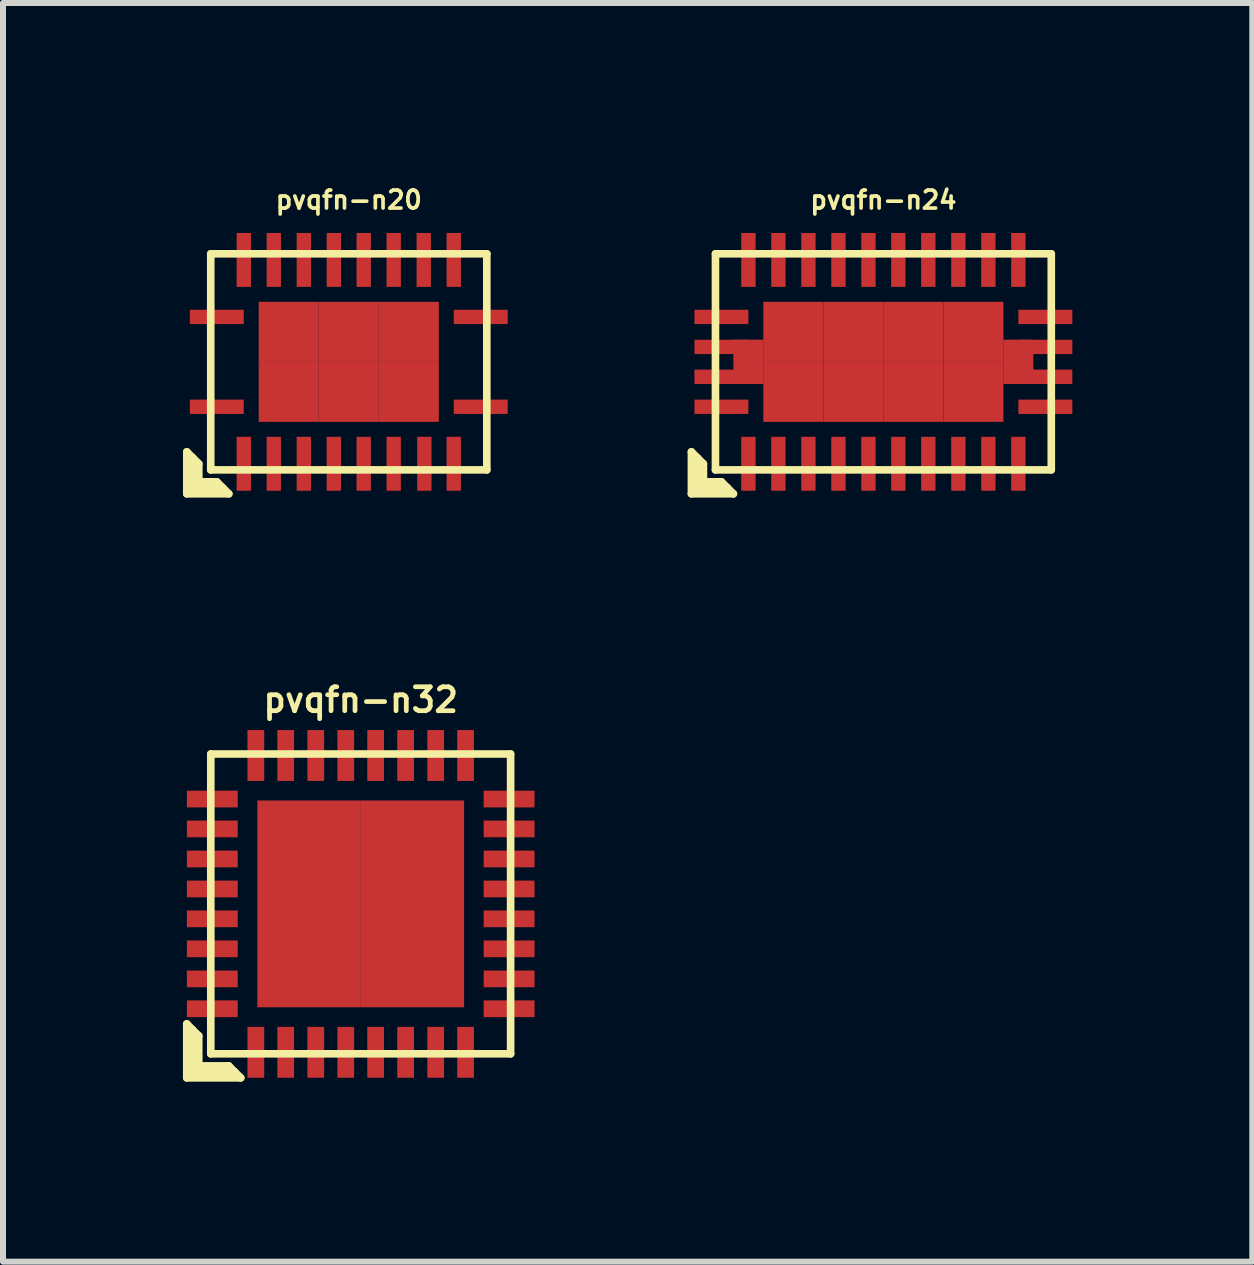
<source format=kicad_pcb>
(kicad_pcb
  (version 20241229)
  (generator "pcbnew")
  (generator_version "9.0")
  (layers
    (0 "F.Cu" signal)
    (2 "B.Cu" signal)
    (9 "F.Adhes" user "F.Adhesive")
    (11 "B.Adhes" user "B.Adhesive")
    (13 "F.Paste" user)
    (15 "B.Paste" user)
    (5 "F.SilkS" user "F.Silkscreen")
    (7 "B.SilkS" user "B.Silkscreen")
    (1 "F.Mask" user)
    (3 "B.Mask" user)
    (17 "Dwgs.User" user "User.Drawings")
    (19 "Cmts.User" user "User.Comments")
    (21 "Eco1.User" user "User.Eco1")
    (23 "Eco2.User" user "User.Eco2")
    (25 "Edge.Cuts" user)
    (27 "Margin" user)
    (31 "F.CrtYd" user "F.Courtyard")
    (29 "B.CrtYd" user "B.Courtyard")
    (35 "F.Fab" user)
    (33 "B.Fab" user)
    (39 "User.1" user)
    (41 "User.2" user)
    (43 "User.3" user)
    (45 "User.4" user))
  (footprint "pvqfn-n24"
    (layer "F.Cu")
    (at 11.676 2.982)
    (property "Reference" "pvqfn-n24" (at 0 -2.7 0) (layer "F.SilkS") (effects (font (size 0.3 0.3) (thickness 0.061))))
    (attr smd)
    (fp_line (start -3.2 1.5) (end -3.2 2.2) (stroke (width 0.127) (type solid)) (layer "F.SilkS"))
    (fp_line (start -3.2 2.2) (end -2.5 2.2) (stroke (width 0.127) (type solid)) (layer "F.SilkS"))
    (fp_line (start -3.1 2.1) (end -3.1 1.6) (stroke (width 0.127) (type solid)) (layer "F.SilkS"))
    (fp_line (start -3 1.7) (end -3.2 1.5) (stroke (width 0.127) (type solid)) (layer "F.SilkS"))
    (fp_line (start -3 2) (end -3 1.7) (stroke (width 0.127) (type solid)) (layer "F.SilkS"))
    (fp_line (start -2.799 -1.801) (end 2.799 -1.801) (stroke (width 0.127) (type solid)) (layer "F.SilkS"))
    (fp_line (start -2.799 1.801) (end -2.799 -1.801) (stroke (width 0.127) (type solid)) (layer "F.SilkS"))
    (fp_line (start -2.7 2) (end -3 2) (stroke (width 0.127) (type solid)) (layer "F.SilkS"))
    (fp_line (start -2.6 2.1) (end -3.1 2.1) (stroke (width 0.127) (type solid)) (layer "F.SilkS"))
    (fp_line (start -2.5 2.2) (end -2.7 2) (stroke (width 0.127) (type solid)) (layer "F.SilkS"))
    (fp_line (start 2.799 -1.801) (end 2.799 1.801) (stroke (width 0.127) (type solid)) (layer "F.SilkS"))
    (fp_line (start 2.799 1.801) (end -2.799 1.801) (stroke (width 0.127) (type solid)) (layer "F.SilkS"))
    (pad "1" smd rect (at -2.7 0.749) (size 0.899 0.239) (layers "F.Cu" "F.Mask" "F.Paste"))
    (pad "2" smd rect (at -2.25 1.699) (size 0.239 0.899) (layers "F.Cu" "F.Mask" "F.Paste"))
    (pad "3" smd rect (at -1.75 1.699) (size 0.239 0.899) (layers "F.Cu" "F.Mask" "F.Paste"))
    (pad "4" smd rect (at -1.25 1.699) (size 0.239 0.899) (layers "F.Cu" "F.Mask" "F.Paste"))
    (pad "5" smd rect (at -0.749 1.699) (size 0.239 0.899) (layers "F.Cu" "F.Mask" "F.Paste"))
    (pad "6" smd rect (at -0.249 1.699) (size 0.239 0.899) (layers "F.Cu" "F.Mask" "F.Paste"))
    (pad "7" smd rect (at 0.249 1.699) (size 0.239 0.899) (layers "F.Cu" "F.Mask" "F.Paste"))
    (pad "8" smd rect (at 0.749 1.699) (size 0.239 0.899) (layers "F.Cu" "F.Mask" "F.Paste"))
    (pad "9" smd rect (at 1.25 1.699) (size 0.239 0.899) (layers "F.Cu" "F.Mask" "F.Paste"))
    (pad "10" smd rect (at 1.75 1.699) (size 0.239 0.899) (layers "F.Cu" "F.Mask" "F.Paste"))
    (pad "11" smd rect (at 2.25 1.699) (size 0.239 0.899) (layers "F.Cu" "F.Mask" "F.Paste"))
    (pad "12" smd rect (at 2.7 0.749) (size 0.899 0.239) (layers "F.Cu" "F.Mask" "F.Paste"))
    (pad "13" smd rect (at 2.7 -0.749) (size 0.899 0.239) (layers "F.Cu" "F.Mask" "F.Paste"))
    (pad "14" smd rect (at 2.25 -1.699) (size 0.239 0.899) (layers "F.Cu" "F.Mask" "F.Paste"))
    (pad "15" smd rect (at 1.75 -1.699) (size 0.239 0.899) (layers "F.Cu" "F.Mask" "F.Paste"))
    (pad "16" smd rect (at 1.25 -1.699) (size 0.239 0.899) (layers "F.Cu" "F.Mask" "F.Paste"))
    (pad "17" smd rect (at 0.749 -1.699) (size 0.239 0.899) (layers "F.Cu" "F.Mask" "F.Paste"))
    (pad "18" smd rect (at 0.249 -1.699) (size 0.239 0.899) (layers "F.Cu" "F.Mask" "F.Paste"))
    (pad "19" smd rect (at -0.249 -1.699) (size 0.239 0.899) (layers "F.Cu" "F.Mask" "F.Paste"))
    (pad "20" smd rect (at -0.749 -1.699) (size 0.239 0.899) (layers "F.Cu" "F.Mask" "F.Paste"))
    (pad "21" smd rect (at -1.25 -1.699) (size 0.239 0.899) (layers "F.Cu" "F.Mask" "F.Paste"))
    (pad "22" smd rect (at -1.75 -1.699) (size 0.239 0.899) (layers "F.Cu" "F.Mask" "F.Paste"))
    (pad "23" smd rect (at -2.25 -1.699) (size 0.239 0.899) (layers "F.Cu" "F.Mask" "F.Paste"))
    (pad "24" smd rect (at -2.7 -0.749) (size 0.899 0.239) (layers "F.Cu" "F.Mask" "F.Paste"))
    (pad "25" smd rect (at -2.7 -0.249) (size 0.899 0.239) (layers "F.Cu" "F.Mask" "F.Paste"))
    (pad "25" smd rect (at -2.7 0.249) (size 0.899 0.239) (layers "F.Cu" "F.Mask" "F.Paste"))
    (pad "25" smd rect (at -2.25 0) (size 0.5 0.739) (layers "F.Cu" "F.Mask" "F.Paste"))
    (pad "25" smd rect (at -1.501 -0.5) (size 1.001 1.001) (layers "F.Cu" "F.Mask" "F.Paste"))
    (pad "25" smd rect (at -1.501 0.5) (size 1.001 1.001) (layers "F.Cu" "F.Mask" "F.Paste"))
    (pad "25" smd rect (at -0.5 -0.5) (size 1.001 1.001) (layers "F.Cu" "F.Mask" "F.Paste"))
    (pad "25" smd rect (at -0.5 0.5) (size 1.001 1.001) (layers "F.Cu" "F.Mask" "F.Paste"))
    (pad "25" smd rect (at 0.5 -0.5) (size 1.001 1.001) (layers "F.Cu" "F.Mask" "F.Paste"))
    (pad "25" smd rect (at 0.5 0.5) (size 1.001 1.001) (layers "F.Cu" "F.Mask" "F.Paste"))
    (pad "25" smd rect (at 1.501 -0.5) (size 1.001 1.001) (layers "F.Cu" "F.Mask" "F.Paste"))
    (pad "25" smd rect (at 1.501 0.5) (size 1.001 1.001) (layers "F.Cu" "F.Mask" "F.Paste"))
    (pad "25" smd rect (at 2.25 0) (size 0.5 0.739) (layers "F.Cu" "F.Mask" "F.Paste"))
    (pad "25" smd rect (at 2.7 -0.249) (size 0.899 0.239) (layers "F.Cu" "F.Mask" "F.Paste"))
    (pad "25" smd rect (at 2.7 0.249) (size 0.899 0.239) (layers "F.Cu" "F.Mask" "F.Paste")))
  (footprint "pvqfn-n32"
    (layer "F.Cu")
    (at 2.963 12.018)
    (property "Reference" "pvqfn-n32" (at 0 -3.401 0) (layer "F.SilkS") (effects (font (size 0.399 0.399) (thickness 0.079))))
    (attr smd)
    (fp_line (start -2.9 2) (end -2.9 2.9) (stroke (width 0.127) (type solid)) (layer "F.SilkS"))
    (fp_line (start -2.9 2.9) (end -2 2.9) (stroke (width 0.127) (type solid)) (layer "F.SilkS"))
    (fp_line (start -2.8 2.8) (end -2.8 2.1) (stroke (width 0.127) (type solid)) (layer "F.SilkS"))
    (fp_line (start -2.7 2.2) (end -2.9 2) (stroke (width 0.127) (type solid)) (layer "F.SilkS"))
    (fp_line (start -2.7 2.7) (end -2.7 2.2) (stroke (width 0.127) (type solid)) (layer "F.SilkS"))
    (fp_line (start -2.499 -2.499) (end 2.499 -2.499) (stroke (width 0.127) (type solid)) (layer "F.SilkS"))
    (fp_line (start -2.499 2.499) (end -2.499 -2.499) (stroke (width 0.127) (type solid)) (layer "F.SilkS"))
    (fp_line (start -2.2 2.7) (end -2.7 2.7) (stroke (width 0.127) (type solid)) (layer "F.SilkS"))
    (fp_line (start -2.1 2.8) (end -2.8 2.8) (stroke (width 0.127) (type solid)) (layer "F.SilkS"))
    (fp_line (start -2 2.9) (end -2.2 2.7) (stroke (width 0.127) (type solid)) (layer "F.SilkS"))
    (fp_line (start 2.499 -2.499) (end 2.499 2.499) (stroke (width 0.127) (type solid)) (layer "F.SilkS"))
    (fp_line (start 2.499 2.499) (end -2.499 2.499) (stroke (width 0.127) (type solid)) (layer "F.SilkS"))
    (pad "1" smd rect (at -1.748 2.474) (size 0.279 0.848) (layers "F.Cu" "F.Mask" "F.Paste"))
    (pad "2" smd rect (at -1.25 2.474) (size 0.279 0.848) (layers "F.Cu" "F.Mask" "F.Paste"))
    (pad "3" smd rect (at -0.749 2.474) (size 0.279 0.848) (layers "F.Cu" "F.Mask" "F.Paste"))
    (pad "4" smd rect (at -0.249 2.474) (size 0.279 0.848) (layers "F.Cu" "F.Mask" "F.Paste"))
    (pad "5" smd rect (at 0.249 2.474) (size 0.279 0.848) (layers "F.Cu" "F.Mask" "F.Paste"))
    (pad "6" smd rect (at 0.749 2.474) (size 0.279 0.848) (layers "F.Cu" "F.Mask" "F.Paste"))
    (pad "7" smd rect (at 1.25 2.474) (size 0.279 0.848) (layers "F.Cu" "F.Mask" "F.Paste"))
    (pad "8" smd rect (at 1.748 2.474) (size 0.279 0.848) (layers "F.Cu" "F.Mask" "F.Paste"))
    (pad "9" smd rect (at 2.474 1.748) (size 0.848 0.279) (layers "F.Cu" "F.Mask" "F.Paste"))
    (pad "10" smd rect (at 2.474 1.25) (size 0.848 0.279) (layers "F.Cu" "F.Mask" "F.Paste"))
    (pad "11" smd rect (at 2.474 0.749) (size 0.848 0.279) (layers "F.Cu" "F.Mask" "F.Paste"))
    (pad "12" smd rect (at 2.474 0.249) (size 0.848 0.279) (layers "F.Cu" "F.Mask" "F.Paste"))
    (pad "13" smd rect (at 2.474 -0.249) (size 0.848 0.279) (layers "F.Cu" "F.Mask" "F.Paste"))
    (pad "14" smd rect (at 2.474 -0.749) (size 0.848 0.279) (layers "F.Cu" "F.Mask" "F.Paste"))
    (pad "15" smd rect (at 2.474 -1.25) (size 0.848 0.279) (layers "F.Cu" "F.Mask" "F.Paste"))
    (pad "16" smd rect (at 2.474 -1.748) (size 0.848 0.279) (layers "F.Cu" "F.Mask" "F.Paste"))
    (pad "17" smd rect (at 1.748 -2.474) (size 0.279 0.848) (layers "F.Cu" "F.Mask" "F.Paste"))
    (pad "18" smd rect (at 1.25 -2.474) (size 0.279 0.848) (layers "F.Cu" "F.Mask" "F.Paste"))
    (pad "19" smd rect (at 0.749 -2.474) (size 0.279 0.848) (layers "F.Cu" "F.Mask" "F.Paste"))
    (pad "20" smd rect (at 0.249 -2.474) (size 0.279 0.848) (layers "F.Cu" "F.Mask" "F.Paste"))
    (pad "21" smd rect (at -0.249 -2.474) (size 0.279 0.848) (layers "F.Cu" "F.Mask" "F.Paste"))
    (pad "22" smd rect (at -0.749 -2.474) (size 0.279 0.848) (layers "F.Cu" "F.Mask" "F.Paste"))
    (pad "23" smd rect (at -1.25 -2.474) (size 0.279 0.848) (layers "F.Cu" "F.Mask" "F.Paste"))
    (pad "24" smd rect (at -1.748 -2.474) (size 0.279 0.848) (layers "F.Cu" "F.Mask" "F.Paste"))
    (pad "25" smd rect (at -2.474 -1.748) (size 0.848 0.279) (layers "F.Cu" "F.Mask" "F.Paste"))
    (pad "26" smd rect (at -2.474 -1.25) (size 0.848 0.279) (layers "F.Cu" "F.Mask" "F.Paste"))
    (pad "27" smd rect (at -2.474 -0.749) (size 0.848 0.279) (layers "F.Cu" "F.Mask" "F.Paste"))
    (pad "28" smd rect (at -2.474 -0.249) (size 0.848 0.279) (layers "F.Cu" "F.Mask" "F.Paste"))
    (pad "29" smd rect (at -2.474 0.249) (size 0.848 0.279) (layers "F.Cu" "F.Mask" "F.Paste"))
    (pad "30" smd rect (at -2.474 0.749) (size 0.848 0.279) (layers "F.Cu" "F.Mask" "F.Paste"))
    (pad "31" smd rect (at -2.474 1.25) (size 0.848 0.279) (layers "F.Cu" "F.Mask" "F.Paste"))
    (pad "32" smd rect (at -2.474 1.748) (size 0.848 0.279) (layers "F.Cu" "F.Mask" "F.Paste"))
    (pad "33" smd rect (at -0.861 -0.861) (size 1.725 1.725) (layers "F.Cu" "F.Mask" "F.Paste"))
    (pad "33" smd rect (at -0.861 0.861) (size 1.725 1.725) (layers "F.Cu" "F.Mask" "F.Paste"))
    (pad "33" smd rect (at 0.861 -0.861) (size 1.725 1.725) (layers "F.Cu" "F.Mask" "F.Paste"))
    (pad "33" smd rect (at 0.861 0.861) (size 1.725 1.725) (layers "F.Cu" "F.Mask" "F.Paste")))
  (footprint "pvqfn-n20"
    (layer "F.Cu")
    (at 2.764 2.982)
    (property "Reference" "pvqfn-n20" (at 0 -2.7 0) (layer "F.SilkS") (effects (font (size 0.3 0.3) (thickness 0.061))))
    (attr smd)
    (fp_line (start -2.7 1.5) (end -2.5 1.7) (stroke (width 0.127) (type solid)) (layer "F.SilkS"))
    (fp_line (start -2.7 2.2) (end -2.7 1.5) (stroke (width 0.127) (type solid)) (layer "F.SilkS"))
    (fp_line (start -2.6 2.1) (end -2.6 1.6) (stroke (width 0.127) (type solid)) (layer "F.SilkS"))
    (fp_line (start -2.5 1.7) (end -2.5 2) (stroke (width 0.127) (type solid)) (layer "F.SilkS"))
    (fp_line (start -2.5 2) (end -2.2 2) (stroke (width 0.127) (type solid)) (layer "F.SilkS"))
    (fp_line (start -2.301 -1.801) (end 2.301 -1.801) (stroke (width 0.127) (type solid)) (layer "F.SilkS"))
    (fp_line (start -2.301 1.801) (end -2.301 -1.801) (stroke (width 0.127) (type solid)) (layer "F.SilkS"))
    (fp_line (start -2.1 2.1) (end -2.6 2.1) (stroke (width 0.127) (type solid)) (layer "F.SilkS"))
    (fp_line (start -2 2.2) (end -2.7 2.2) (stroke (width 0.127) (type solid)) (layer "F.SilkS"))
    (fp_line (start -2 2.2) (end -2.2 2) (stroke (width 0.127) (type solid)) (layer "F.SilkS"))
    (fp_line (start 2.301 -1.801) (end 2.301 1.801) (stroke (width 0.127) (type solid)) (layer "F.SilkS"))
    (fp_line (start 2.301 1.801) (end -2.301 1.801) (stroke (width 0.127) (type solid)) (layer "F.SilkS"))
    (pad "1" smd rect (at -2.2 0.749) (size 0.899 0.239) (layers "F.Cu" "F.Mask" "F.Paste"))
    (pad "2" smd rect (at -1.75 1.699) (size 0.239 0.899) (layers "F.Cu" "F.Mask" "F.Paste"))
    (pad "3" smd rect (at -1.25 1.699) (size 0.239 0.899) (layers "F.Cu" "F.Mask" "F.Paste"))
    (pad "4" smd rect (at -0.749 1.699) (size 0.239 0.899) (layers "F.Cu" "F.Mask" "F.Paste"))
    (pad "5" smd rect (at -0.249 1.699) (size 0.239 0.899) (layers "F.Cu" "F.Mask" "F.Paste"))
    (pad "6" smd rect (at 0.249 1.699) (size 0.239 0.899) (layers "F.Cu" "F.Mask" "F.Paste"))
    (pad "7" smd rect (at 0.749 1.699) (size 0.239 0.899) (layers "F.Cu" "F.Mask" "F.Paste"))
    (pad "8" smd rect (at 1.26 1.699) (size 0.239 0.899) (layers "F.Cu" "F.Mask" "F.Paste"))
    (pad "9" smd rect (at 1.75 1.699) (size 0.239 0.899) (layers "F.Cu" "F.Mask" "F.Paste"))
    (pad "10" smd rect (at 2.2 0.749) (size 0.899 0.239) (layers "F.Cu" "F.Mask" "F.Paste"))
    (pad "11" smd rect (at 2.2 -0.749) (size 0.899 0.239) (layers "F.Cu" "F.Mask" "F.Paste"))
    (pad "12" smd rect (at 1.75 -1.699) (size 0.239 0.899) (layers "F.Cu" "F.Mask" "F.Paste"))
    (pad "13" smd rect (at 1.25 -1.699) (size 0.239 0.899) (layers "F.Cu" "F.Mask" "F.Paste"))
    (pad "14" smd rect (at 0.749 -1.699) (size 0.239 0.899) (layers "F.Cu" "F.Mask" "F.Paste"))
    (pad "15" smd rect (at 0.249 -1.699) (size 0.239 0.899) (layers "F.Cu" "F.Mask" "F.Paste"))
    (pad "16" smd rect (at -0.249 -1.699) (size 0.239 0.899) (layers "F.Cu" "F.Mask" "F.Paste"))
    (pad "17" smd rect (at -0.749 -1.699) (size 0.239 0.899) (layers "F.Cu" "F.Mask" "F.Paste"))
    (pad "18" smd rect (at -1.25 -1.699) (size 0.239 0.899) (layers "F.Cu" "F.Mask" "F.Paste"))
    (pad "19" smd rect (at -1.75 -1.699) (size 0.239 0.899) (layers "F.Cu" "F.Mask" "F.Paste"))
    (pad "20" smd rect (at -2.2 -0.749) (size 0.899 0.239) (layers "F.Cu" "F.Mask" "F.Paste"))
    (pad "21" smd rect (at -1.001 -0.5) (size 1.001 1.001) (layers "F.Cu" "F.Mask" "F.Paste"))
    (pad "21" smd rect (at -1.001 0.5) (size 1.001 1.001) (layers "F.Cu" "F.Mask" "F.Paste"))
    (pad "21" smd rect (at 0 -0.5) (size 1.001 1.001) (layers "F.Cu" "F.Mask" "F.Paste"))
    (pad "21" smd rect (at 0 0.5) (size 1.001 1.001) (layers "F.Cu" "F.Mask" "F.Paste"))
    (pad "21" smd rect (at 1.001 -0.5) (size 1.001 1.001) (layers "F.Cu" "F.Mask" "F.Paste"))
    (pad "21" smd rect (at 1.001 0.5) (size 1.001 1.001) (layers "F.Cu" "F.Mask" "F.Paste")))
  (gr_rect
    (start -3 -3)
    (end 17.826 17.982)
    (stroke (width 0.1) (type default))
    (fill no)
    (layer "Edge.Cuts")))
</source>
